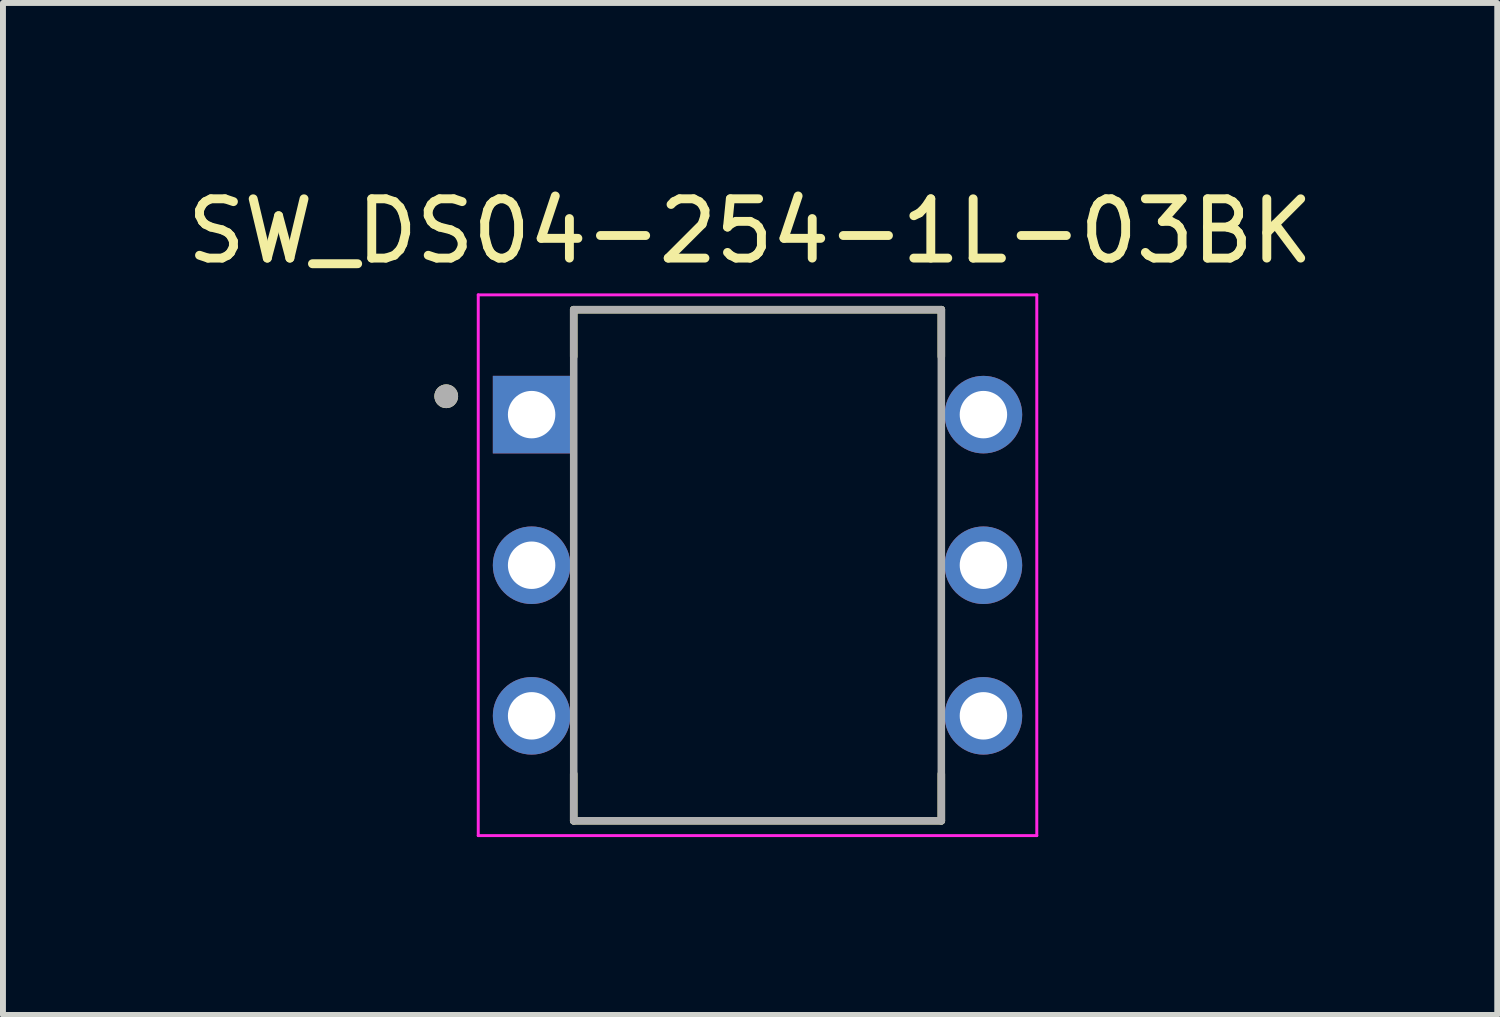
<source format=kicad_pcb>
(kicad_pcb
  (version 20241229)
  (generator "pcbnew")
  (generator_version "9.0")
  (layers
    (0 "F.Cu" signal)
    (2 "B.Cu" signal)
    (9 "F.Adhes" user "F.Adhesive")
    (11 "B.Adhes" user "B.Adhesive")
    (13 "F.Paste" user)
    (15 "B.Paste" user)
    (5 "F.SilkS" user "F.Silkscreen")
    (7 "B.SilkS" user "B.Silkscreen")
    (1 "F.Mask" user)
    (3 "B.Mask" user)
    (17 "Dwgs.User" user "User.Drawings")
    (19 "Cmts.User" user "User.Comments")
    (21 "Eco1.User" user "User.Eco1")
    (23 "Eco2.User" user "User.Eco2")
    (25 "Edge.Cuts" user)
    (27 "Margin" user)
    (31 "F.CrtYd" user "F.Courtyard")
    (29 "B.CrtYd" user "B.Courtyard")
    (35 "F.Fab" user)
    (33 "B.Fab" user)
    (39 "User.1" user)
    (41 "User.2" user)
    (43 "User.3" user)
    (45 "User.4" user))
  (footprint "SW_DS04-254-1L-03BK"
    (layer "F.Cu")
    (at 9.726 6.483)
    (property "Reference" "SW_DS04-254-1L-03BK" (at -0.125 -5.635 0) (layer "F.SilkS") (effects (font (size 1 1) (thickness 0.15))))
    (attr through_hole)
    (fp_line (start -3.1 -4.31) (end -3.1 -3.52) (stroke (width 0.127) (type solid)) (layer "F.SilkS"))
    (fp_line (start -3.1 3.52) (end -3.1 4.31) (stroke (width 0.127) (type solid)) (layer "F.SilkS"))
    (fp_line (start -3.1 4.31) (end 3.1 4.31) (stroke (width 0.127) (type solid)) (layer "F.SilkS"))
    (fp_line (start 3.1 -4.31) (end -3.1 -4.31) (stroke (width 0.127) (type solid)) (layer "F.SilkS"))
    (fp_line (start 3.1 -3.52) (end 3.1 -4.31) (stroke (width 0.127) (type solid)) (layer "F.SilkS"))
    (fp_line (start 3.1 4.31) (end 3.1 3.52) (stroke (width 0.127) (type solid)) (layer "F.SilkS"))
    (fp_circle (center -5.25 -2.85) (end -5.15 -2.85) (stroke (width 0.2) (type solid)) (fill no) (layer "F.SilkS"))
    (fp_line (start -4.71 -4.56) (end 4.71 -4.56) (stroke (width 0.05) (type solid)) (layer "F.CrtYd"))
    (fp_line (start -4.71 4.56) (end -4.71 -4.56) (stroke (width 0.05) (type solid)) (layer "F.CrtYd"))
    (fp_line (start 4.71 -4.56) (end 4.71 4.56) (stroke (width 0.05) (type solid)) (layer "F.CrtYd"))
    (fp_line (start 4.71 4.56) (end -4.71 4.56) (stroke (width 0.05) (type solid)) (layer "F.CrtYd"))
    (fp_line (start -3.1 -4.31) (end -3.1 4.31) (stroke (width 0.127) (type solid)) (layer "F.Fab"))
    (fp_line (start -3.1 4.31) (end 3.1 4.31) (stroke (width 0.127) (type solid)) (layer "F.Fab"))
    (fp_line (start 3.1 -4.31) (end -3.1 -4.31) (stroke (width 0.127) (type solid)) (layer "F.Fab"))
    (fp_line (start 3.1 4.31) (end 3.1 -4.31) (stroke (width 0.127) (type solid)) (layer "F.Fab"))
    (fp_circle (center -5.25 -2.85) (end -5.15 -2.85) (stroke (width 0.2) (type solid)) (fill no) (layer "F.Fab"))
    (pad "1A" thru_hole rect (at -3.81 -2.54) (size 1.308 1.308) (drill 0.8) (layers "*.Cu" "*.Mask"))
    (pad "1B" thru_hole circle (at 3.81 -2.54) (size 1.308 1.308) (drill 0.8) (layers "*.Cu" "*.Mask"))
    (pad "2A" thru_hole circle (at -3.81 0) (size 1.308 1.308) (drill 0.8) (layers "*.Cu" "*.Mask"))
    (pad "2B" thru_hole circle (at 3.81 0) (size 1.308 1.308) (drill 0.8) (layers "*.Cu" "*.Mask"))
    (pad "3A" thru_hole circle (at -3.81 2.54) (size 1.308 1.308) (drill 0.8) (layers "*.Cu" "*.Mask"))
    (pad "3B" thru_hole circle (at 3.81 2.54) (size 1.308 1.308) (drill 0.8) (layers "*.Cu" "*.Mask")))
  (gr_rect
    (start -3 -3)
    (end 22.202 14.068)
    (stroke (width 0.1) (type default))
    (fill no)
    (layer "Edge.Cuts")))
</source>
